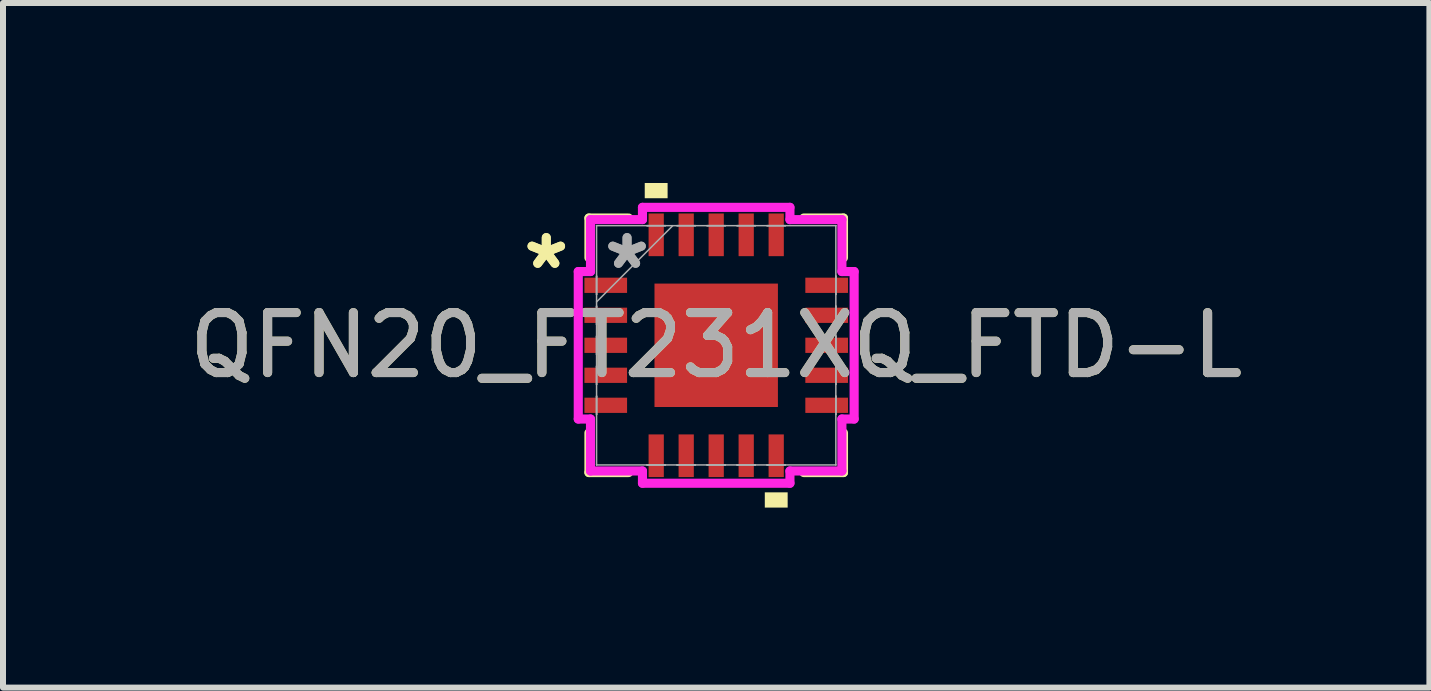
<source format=kicad_pcb>
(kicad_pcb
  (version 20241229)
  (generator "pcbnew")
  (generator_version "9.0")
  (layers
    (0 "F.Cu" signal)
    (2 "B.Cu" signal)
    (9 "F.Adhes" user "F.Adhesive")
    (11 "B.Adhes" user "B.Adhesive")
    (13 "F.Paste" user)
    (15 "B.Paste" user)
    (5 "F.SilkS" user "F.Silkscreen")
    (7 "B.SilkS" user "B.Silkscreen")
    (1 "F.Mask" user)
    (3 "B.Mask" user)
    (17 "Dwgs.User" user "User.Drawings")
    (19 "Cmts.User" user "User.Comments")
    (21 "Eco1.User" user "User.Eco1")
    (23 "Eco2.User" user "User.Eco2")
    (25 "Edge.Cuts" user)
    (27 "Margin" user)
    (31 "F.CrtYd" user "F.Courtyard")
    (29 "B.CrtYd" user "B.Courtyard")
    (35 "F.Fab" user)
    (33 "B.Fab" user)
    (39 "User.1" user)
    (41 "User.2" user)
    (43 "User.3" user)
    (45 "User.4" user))
  (footprint "QFN20_FT231XQ_FTD-L"
    (layer "F.Cu")
    (at 8.887 2.705)
    (property "Reference" "QFN20_FT231XQ_FTD-L" (at 0 0 0) (unlocked yes) (layer "F.SilkS") (effects (font (size 1 1) (thickness 0.15))))
    (attr smd)
    (fp_line (start -2.121 -2.121) (end -2.121 -1.46) (stroke (width 0.152) (type solid)) (layer "F.SilkS"))
    (fp_line (start -2.121 1.46) (end -2.121 2.121) (stroke (width 0.152) (type solid)) (layer "F.SilkS"))
    (fp_line (start -2.121 2.121) (end -1.46 2.121) (stroke (width 0.152) (type solid)) (layer "F.SilkS"))
    (fp_line (start -1.46 -2.121) (end -2.121 -2.121) (stroke (width 0.152) (type solid)) (layer "F.SilkS"))
    (fp_line (start 1.46 2.121) (end 2.121 2.121) (stroke (width 0.152) (type solid)) (layer "F.SilkS"))
    (fp_line (start 2.121 -2.121) (end 1.46 -2.121) (stroke (width 0.152) (type solid)) (layer "F.SilkS"))
    (fp_line (start 2.121 -1.46) (end 2.121 -2.121) (stroke (width 0.152) (type solid)) (layer "F.SilkS"))
    (fp_line (start 2.121 2.121) (end 2.121 1.46) (stroke (width 0.152) (type solid)) (layer "F.SilkS"))
    (fp_poly (pts (xy -1.191 -2.451) (xy -1.191 -2.705) (xy -0.81 -2.705) (xy -0.81 -2.451)) (stroke (width 0) (type solid)) (fill yes) (layer "F.SilkS"))
    (fp_poly (pts (xy 0.81 2.451) (xy 0.81 2.705) (xy 1.191 2.705) (xy 1.191 2.451)) (stroke (width 0) (type solid)) (fill yes) (layer "F.SilkS"))
    (fp_line (start -2.299 -1.229) (end -2.095 -1.229) (stroke (width 0.152) (type solid)) (layer "F.CrtYd"))
    (fp_line (start -2.299 1.229) (end -2.299 -1.229) (stroke (width 0.152) (type solid)) (layer "F.CrtYd"))
    (fp_line (start -2.095 -2.095) (end -1.229 -2.095) (stroke (width 0.152) (type solid)) (layer "F.CrtYd"))
    (fp_line (start -2.095 -1.229) (end -2.095 -2.095) (stroke (width 0.152) (type solid)) (layer "F.CrtYd"))
    (fp_line (start -2.095 1.229) (end -2.299 1.229) (stroke (width 0.152) (type solid)) (layer "F.CrtYd"))
    (fp_line (start -2.095 2.095) (end -2.095 1.229) (stroke (width 0.152) (type solid)) (layer "F.CrtYd"))
    (fp_line (start -1.229 -2.299) (end 1.229 -2.299) (stroke (width 0.152) (type solid)) (layer "F.CrtYd"))
    (fp_line (start -1.229 -2.095) (end -1.229 -2.299) (stroke (width 0.152) (type solid)) (layer "F.CrtYd"))
    (fp_line (start -1.229 2.095) (end -2.095 2.095) (stroke (width 0.152) (type solid)) (layer "F.CrtYd"))
    (fp_line (start -1.229 2.299) (end -1.229 2.095) (stroke (width 0.152) (type solid)) (layer "F.CrtYd"))
    (fp_line (start 1.229 -2.299) (end 1.229 -2.095) (stroke (width 0.152) (type solid)) (layer "F.CrtYd"))
    (fp_line (start 1.229 -2.095) (end 2.095 -2.095) (stroke (width 0.152) (type solid)) (layer "F.CrtYd"))
    (fp_line (start 1.229 2.095) (end 1.229 2.299) (stroke (width 0.152) (type solid)) (layer "F.CrtYd"))
    (fp_line (start 1.229 2.299) (end -1.229 2.299) (stroke (width 0.152) (type solid)) (layer "F.CrtYd"))
    (fp_line (start 2.095 -2.095) (end 2.095 -1.229) (stroke (width 0.152) (type solid)) (layer "F.CrtYd"))
    (fp_line (start 2.095 -1.229) (end 2.299 -1.229) (stroke (width 0.152) (type solid)) (layer "F.CrtYd"))
    (fp_line (start 2.095 1.229) (end 2.095 2.095) (stroke (width 0.152) (type solid)) (layer "F.CrtYd"))
    (fp_line (start 2.095 2.095) (end 1.229 2.095) (stroke (width 0.152) (type solid)) (layer "F.CrtYd"))
    (fp_line (start 2.299 -1.229) (end 2.299 1.229) (stroke (width 0.152) (type solid)) (layer "F.CrtYd"))
    (fp_line (start 2.299 1.229) (end 2.095 1.229) (stroke (width 0.152) (type solid)) (layer "F.CrtYd"))
    (fp_line (start -1.994 -1.994) (end -1.994 -1.994) (stroke (width 0.025) (type solid)) (layer "F.Fab"))
    (fp_line (start -1.994 -1.994) (end -1.994 1.994) (stroke (width 0.025) (type solid)) (layer "F.Fab"))
    (fp_line (start -1.994 -1.152) (end -1.994 -1.152) (stroke (width 0.025) (type solid)) (layer "F.Fab"))
    (fp_line (start -1.994 -1.152) (end -1.994 -0.848) (stroke (width 0.025) (type solid)) (layer "F.Fab"))
    (fp_line (start -1.994 -0.848) (end -1.994 -1.152) (stroke (width 0.025) (type solid)) (layer "F.Fab"))
    (fp_line (start -1.994 -0.848) (end -1.994 -0.848) (stroke (width 0.025) (type solid)) (layer "F.Fab"))
    (fp_line (start -1.994 -0.724) (end -0.724 -1.994) (stroke (width 0.025) (type solid)) (layer "F.Fab"))
    (fp_line (start -1.994 -0.652) (end -1.994 -0.652) (stroke (width 0.025) (type solid)) (layer "F.Fab"))
    (fp_line (start -1.994 -0.652) (end -1.994 -0.348) (stroke (width 0.025) (type solid)) (layer "F.Fab"))
    (fp_line (start -1.994 -0.348) (end -1.994 -0.652) (stroke (width 0.025) (type solid)) (layer "F.Fab"))
    (fp_line (start -1.994 -0.348) (end -1.994 -0.348) (stroke (width 0.025) (type solid)) (layer "F.Fab"))
    (fp_line (start -1.994 -0.152) (end -1.994 -0.152) (stroke (width 0.025) (type solid)) (layer "F.Fab"))
    (fp_line (start -1.994 -0.152) (end -1.994 0.152) (stroke (width 0.025) (type solid)) (layer "F.Fab"))
    (fp_line (start -1.994 0.152) (end -1.994 -0.152) (stroke (width 0.025) (type solid)) (layer "F.Fab"))
    (fp_line (start -1.994 0.152) (end -1.994 0.152) (stroke (width 0.025) (type solid)) (layer "F.Fab"))
    (fp_line (start -1.994 0.348) (end -1.994 0.348) (stroke (width 0.025) (type solid)) (layer "F.Fab"))
    (fp_line (start -1.994 0.348) (end -1.994 0.652) (stroke (width 0.025) (type solid)) (layer "F.Fab"))
    (fp_line (start -1.994 0.652) (end -1.994 0.348) (stroke (width 0.025) (type solid)) (layer "F.Fab"))
    (fp_line (start -1.994 0.652) (end -1.994 0.652) (stroke (width 0.025) (type solid)) (layer "F.Fab"))
    (fp_line (start -1.994 0.848) (end -1.994 0.848) (stroke (width 0.025) (type solid)) (layer "F.Fab"))
    (fp_line (start -1.994 0.848) (end -1.994 1.152) (stroke (width 0.025) (type solid)) (layer "F.Fab"))
    (fp_line (start -1.994 1.152) (end -1.994 0.848) (stroke (width 0.025) (type solid)) (layer "F.Fab"))
    (fp_line (start -1.994 1.152) (end -1.994 1.152) (stroke (width 0.025) (type solid)) (layer "F.Fab"))
    (fp_line (start -1.994 1.994) (end -1.994 1.994) (stroke (width 0.025) (type solid)) (layer "F.Fab"))
    (fp_line (start -1.994 1.994) (end 1.994 1.994) (stroke (width 0.025) (type solid)) (layer "F.Fab"))
    (fp_line (start -1.152 -1.994) (end -1.152 -1.994) (stroke (width 0.025) (type solid)) (layer "F.Fab"))
    (fp_line (start -1.152 -1.994) (end -0.848 -1.994) (stroke (width 0.025) (type solid)) (layer "F.Fab"))
    (fp_line (start -1.152 1.994) (end -1.152 1.994) (stroke (width 0.025) (type solid)) (layer "F.Fab"))
    (fp_line (start -1.152 1.994) (end -0.848 1.994) (stroke (width 0.025) (type solid)) (layer "F.Fab"))
    (fp_line (start -0.848 -1.994) (end -1.152 -1.994) (stroke (width 0.025) (type solid)) (layer "F.Fab"))
    (fp_line (start -0.848 -1.994) (end -0.848 -1.994) (stroke (width 0.025) (type solid)) (layer "F.Fab"))
    (fp_line (start -0.848 1.994) (end -1.152 1.994) (stroke (width 0.025) (type solid)) (layer "F.Fab"))
    (fp_line (start -0.848 1.994) (end -0.848 1.994) (stroke (width 0.025) (type solid)) (layer "F.Fab"))
    (fp_line (start -0.652 -1.994) (end -0.652 -1.994) (stroke (width 0.025) (type solid)) (layer "F.Fab"))
    (fp_line (start -0.652 -1.994) (end -0.348 -1.994) (stroke (width 0.025) (type solid)) (layer "F.Fab"))
    (fp_line (start -0.652 1.994) (end -0.652 1.994) (stroke (width 0.025) (type solid)) (layer "F.Fab"))
    (fp_line (start -0.652 1.994) (end -0.348 1.994) (stroke (width 0.025) (type solid)) (layer "F.Fab"))
    (fp_line (start -0.348 -1.994) (end -0.652 -1.994) (stroke (width 0.025) (type solid)) (layer "F.Fab"))
    (fp_line (start -0.348 -1.994) (end -0.348 -1.994) (stroke (width 0.025) (type solid)) (layer "F.Fab"))
    (fp_line (start -0.348 1.994) (end -0.652 1.994) (stroke (width 0.025) (type solid)) (layer "F.Fab"))
    (fp_line (start -0.348 1.994) (end -0.348 1.994) (stroke (width 0.025) (type solid)) (layer "F.Fab"))
    (fp_line (start -0.152 -1.994) (end -0.152 -1.994) (stroke (width 0.025) (type solid)) (layer "F.Fab"))
    (fp_line (start -0.152 -1.994) (end 0.152 -1.994) (stroke (width 0.025) (type solid)) (layer "F.Fab"))
    (fp_line (start -0.152 1.994) (end -0.152 1.994) (stroke (width 0.025) (type solid)) (layer "F.Fab"))
    (fp_line (start -0.152 1.994) (end 0.152 1.994) (stroke (width 0.025) (type solid)) (layer "F.Fab"))
    (fp_line (start 0.152 -1.994) (end -0.152 -1.994) (stroke (width 0.025) (type solid)) (layer "F.Fab"))
    (fp_line (start 0.152 -1.994) (end 0.152 -1.994) (stroke (width 0.025) (type solid)) (layer "F.Fab"))
    (fp_line (start 0.152 1.994) (end -0.152 1.994) (stroke (width 0.025) (type solid)) (layer "F.Fab"))
    (fp_line (start 0.152 1.994) (end 0.152 1.994) (stroke (width 0.025) (type solid)) (layer "F.Fab"))
    (fp_line (start 0.348 -1.994) (end 0.348 -1.994) (stroke (width 0.025) (type solid)) (layer "F.Fab"))
    (fp_line (start 0.348 -1.994) (end 0.652 -1.994) (stroke (width 0.025) (type solid)) (layer "F.Fab"))
    (fp_line (start 0.348 1.994) (end 0.348 1.994) (stroke (width 0.025) (type solid)) (layer "F.Fab"))
    (fp_line (start 0.348 1.994) (end 0.652 1.994) (stroke (width 0.025) (type solid)) (layer "F.Fab"))
    (fp_line (start 0.652 -1.994) (end 0.348 -1.994) (stroke (width 0.025) (type solid)) (layer "F.Fab"))
    (fp_line (start 0.652 -1.994) (end 0.652 -1.994) (stroke (width 0.025) (type solid)) (layer "F.Fab"))
    (fp_line (start 0.652 1.994) (end 0.348 1.994) (stroke (width 0.025) (type solid)) (layer "F.Fab"))
    (fp_line (start 0.652 1.994) (end 0.652 1.994) (stroke (width 0.025) (type solid)) (layer "F.Fab"))
    (fp_line (start 0.848 -1.994) (end 0.848 -1.994) (stroke (width 0.025) (type solid)) (layer "F.Fab"))
    (fp_line (start 0.848 -1.994) (end 1.152 -1.994) (stroke (width 0.025) (type solid)) (layer "F.Fab"))
    (fp_line (start 0.848 1.994) (end 0.848 1.994) (stroke (width 0.025) (type solid)) (layer "F.Fab"))
    (fp_line (start 0.848 1.994) (end 1.152 1.994) (stroke (width 0.025) (type solid)) (layer "F.Fab"))
    (fp_line (start 1.152 -1.994) (end 0.848 -1.994) (stroke (width 0.025) (type solid)) (layer "F.Fab"))
    (fp_line (start 1.152 -1.994) (end 1.152 -1.994) (stroke (width 0.025) (type solid)) (layer "F.Fab"))
    (fp_line (start 1.152 1.994) (end 0.848 1.994) (stroke (width 0.025) (type solid)) (layer "F.Fab"))
    (fp_line (start 1.152 1.994) (end 1.152 1.994) (stroke (width 0.025) (type solid)) (layer "F.Fab"))
    (fp_line (start 1.994 -1.994) (end -1.994 -1.994) (stroke (width 0.025) (type solid)) (layer "F.Fab"))
    (fp_line (start 1.994 -1.994) (end 1.994 -1.994) (stroke (width 0.025) (type solid)) (layer "F.Fab"))
    (fp_line (start 1.994 -1.152) (end 1.994 -1.152) (stroke (width 0.025) (type solid)) (layer "F.Fab"))
    (fp_line (start 1.994 -1.152) (end 1.994 -0.848) (stroke (width 0.025) (type solid)) (layer "F.Fab"))
    (fp_line (start 1.994 -0.848) (end 1.994 -1.152) (stroke (width 0.025) (type solid)) (layer "F.Fab"))
    (fp_line (start 1.994 -0.848) (end 1.994 -0.848) (stroke (width 0.025) (type solid)) (layer "F.Fab"))
    (fp_line (start 1.994 -0.652) (end 1.994 -0.652) (stroke (width 0.025) (type solid)) (layer "F.Fab"))
    (fp_line (start 1.994 -0.652) (end 1.994 -0.348) (stroke (width 0.025) (type solid)) (layer "F.Fab"))
    (fp_line (start 1.994 -0.348) (end 1.994 -0.652) (stroke (width 0.025) (type solid)) (layer "F.Fab"))
    (fp_line (start 1.994 -0.348) (end 1.994 -0.348) (stroke (width 0.025) (type solid)) (layer "F.Fab"))
    (fp_line (start 1.994 -0.152) (end 1.994 -0.152) (stroke (width 0.025) (type solid)) (layer "F.Fab"))
    (fp_line (start 1.994 -0.152) (end 1.994 0.152) (stroke (width 0.025) (type solid)) (layer "F.Fab"))
    (fp_line (start 1.994 0.152) (end 1.994 -0.152) (stroke (width 0.025) (type solid)) (layer "F.Fab"))
    (fp_line (start 1.994 0.152) (end 1.994 0.152) (stroke (width 0.025) (type solid)) (layer "F.Fab"))
    (fp_line (start 1.994 0.348) (end 1.994 0.348) (stroke (width 0.025) (type solid)) (layer "F.Fab"))
    (fp_line (start 1.994 0.348) (end 1.994 0.652) (stroke (width 0.025) (type solid)) (layer "F.Fab"))
    (fp_line (start 1.994 0.652) (end 1.994 0.348) (stroke (width 0.025) (type solid)) (layer "F.Fab"))
    (fp_line (start 1.994 0.652) (end 1.994 0.652) (stroke (width 0.025) (type solid)) (layer "F.Fab"))
    (fp_line (start 1.994 0.848) (end 1.994 0.848) (stroke (width 0.025) (type solid)) (layer "F.Fab"))
    (fp_line (start 1.994 0.848) (end 1.994 1.152) (stroke (width 0.025) (type solid)) (layer "F.Fab"))
    (fp_line (start 1.994 1.152) (end 1.994 0.848) (stroke (width 0.025) (type solid)) (layer "F.Fab"))
    (fp_line (start 1.994 1.152) (end 1.994 1.152) (stroke (width 0.025) (type solid)) (layer "F.Fab"))
    (fp_line (start 1.994 1.994) (end 1.994 -1.994) (stroke (width 0.025) (type solid)) (layer "F.Fab"))
    (fp_line (start 1.994 1.994) (end 1.994 1.994) (stroke (width 0.025) (type solid)) (layer "F.Fab"))
    (fp_text user "*" (at -2.832 -1.25 0) (unlocked yes) (layer "F.SilkS") (effects (font (size 1 1) (thickness 0.15))))
    (fp_text user "*" (at -2.832 -1.25 0) (layer "F.SilkS") (effects (font (size 1 1) (thickness 0.15))))
    (fp_text user "${REFERENCE}" (at 0 0 0) (unlocked yes) (layer "F.Fab") (effects (font (size 1 1) (thickness 0.15))))
    (fp_text user "*" (at -1.486 -1.25 0) (layer "F.Fab") (effects (font (size 1 1) (thickness 0.15))))
    (fp_text user "*" (at -1.486 -1.25 0) (unlocked yes) (layer "F.Fab") (effects (font (size 1 1) (thickness 0.15))))
    (pad "1" smd rect (at -1.841 -1 90) (size 0.254 0.711) (layers "F.Cu" "F.Mask" "F.Paste"))
    (pad "2" smd rect (at -1.841 -0.5 90) (size 0.254 0.711) (layers "F.Cu" "F.Mask" "F.Paste"))
    (pad "3" smd rect (at -1.841 0 90) (size 0.254 0.711) (layers "F.Cu" "F.Mask" "F.Paste"))
    (pad "4" smd rect (at -1.841 0.5 90) (size 0.254 0.711) (layers "F.Cu" "F.Mask" "F.Paste"))
    (pad "5" smd rect (at -1.841 1 90) (size 0.254 0.711) (layers "F.Cu" "F.Mask" "F.Paste"))
    (pad "6" smd rect (at -1 1.841) (size 0.254 0.711) (layers "F.Cu" "F.Mask" "F.Paste"))
    (pad "7" smd rect (at -0.5 1.841) (size 0.254 0.711) (layers "F.Cu" "F.Mask" "F.Paste"))
    (pad "8" smd rect (at 0 1.841) (size 0.254 0.711) (layers "F.Cu" "F.Mask" "F.Paste"))
    (pad "9" smd rect (at 0.5 1.841) (size 0.254 0.711) (layers "F.Cu" "F.Mask" "F.Paste"))
    (pad "10" smd rect (at 1 1.841) (size 0.254 0.711) (layers "F.Cu" "F.Mask" "F.Paste"))
    (pad "11" smd rect (at 1.841 1 90) (size 0.254 0.711) (layers "F.Cu" "F.Mask" "F.Paste"))
    (pad "12" smd rect (at 1.841 0.5 90) (size 0.254 0.711) (layers "F.Cu" "F.Mask" "F.Paste"))
    (pad "13" smd rect (at 1.841 0 90) (size 0.254 0.711) (layers "F.Cu" "F.Mask" "F.Paste"))
    (pad "14" smd rect (at 1.841 -0.5 90) (size 0.254 0.711) (layers "F.Cu" "F.Mask" "F.Paste"))
    (pad "15" smd rect (at 1.841 -1 90) (size 0.254 0.711) (layers "F.Cu" "F.Mask" "F.Paste"))
    (pad "16" smd rect (at 1 -1.841) (size 0.254 0.711) (layers "F.Cu" "F.Mask" "F.Paste"))
    (pad "17" smd rect (at 0.5 -1.841) (size 0.254 0.711) (layers "F.Cu" "F.Mask" "F.Paste"))
    (pad "18" smd rect (at 0 -1.841) (size 0.254 0.711) (layers "F.Cu" "F.Mask" "F.Paste"))
    (pad "19" smd rect (at -0.5 -1.841) (size 0.254 0.711) (layers "F.Cu" "F.Mask" "F.Paste"))
    (pad "20" smd rect (at -1 -1.841) (size 0.254 0.711) (layers "F.Cu" "F.Mask" "F.Paste"))
    (pad "21" smd rect (at 0 0) (size 2.057 2.057) (layers "F.Cu" "F.Mask" "F.Paste")))
  (gr_rect
    (start -3 -3)
    (end 20.774 8.41)
    (stroke (width 0.1) (type default))
    (fill no)
    (layer "Edge.Cuts")))
</source>
